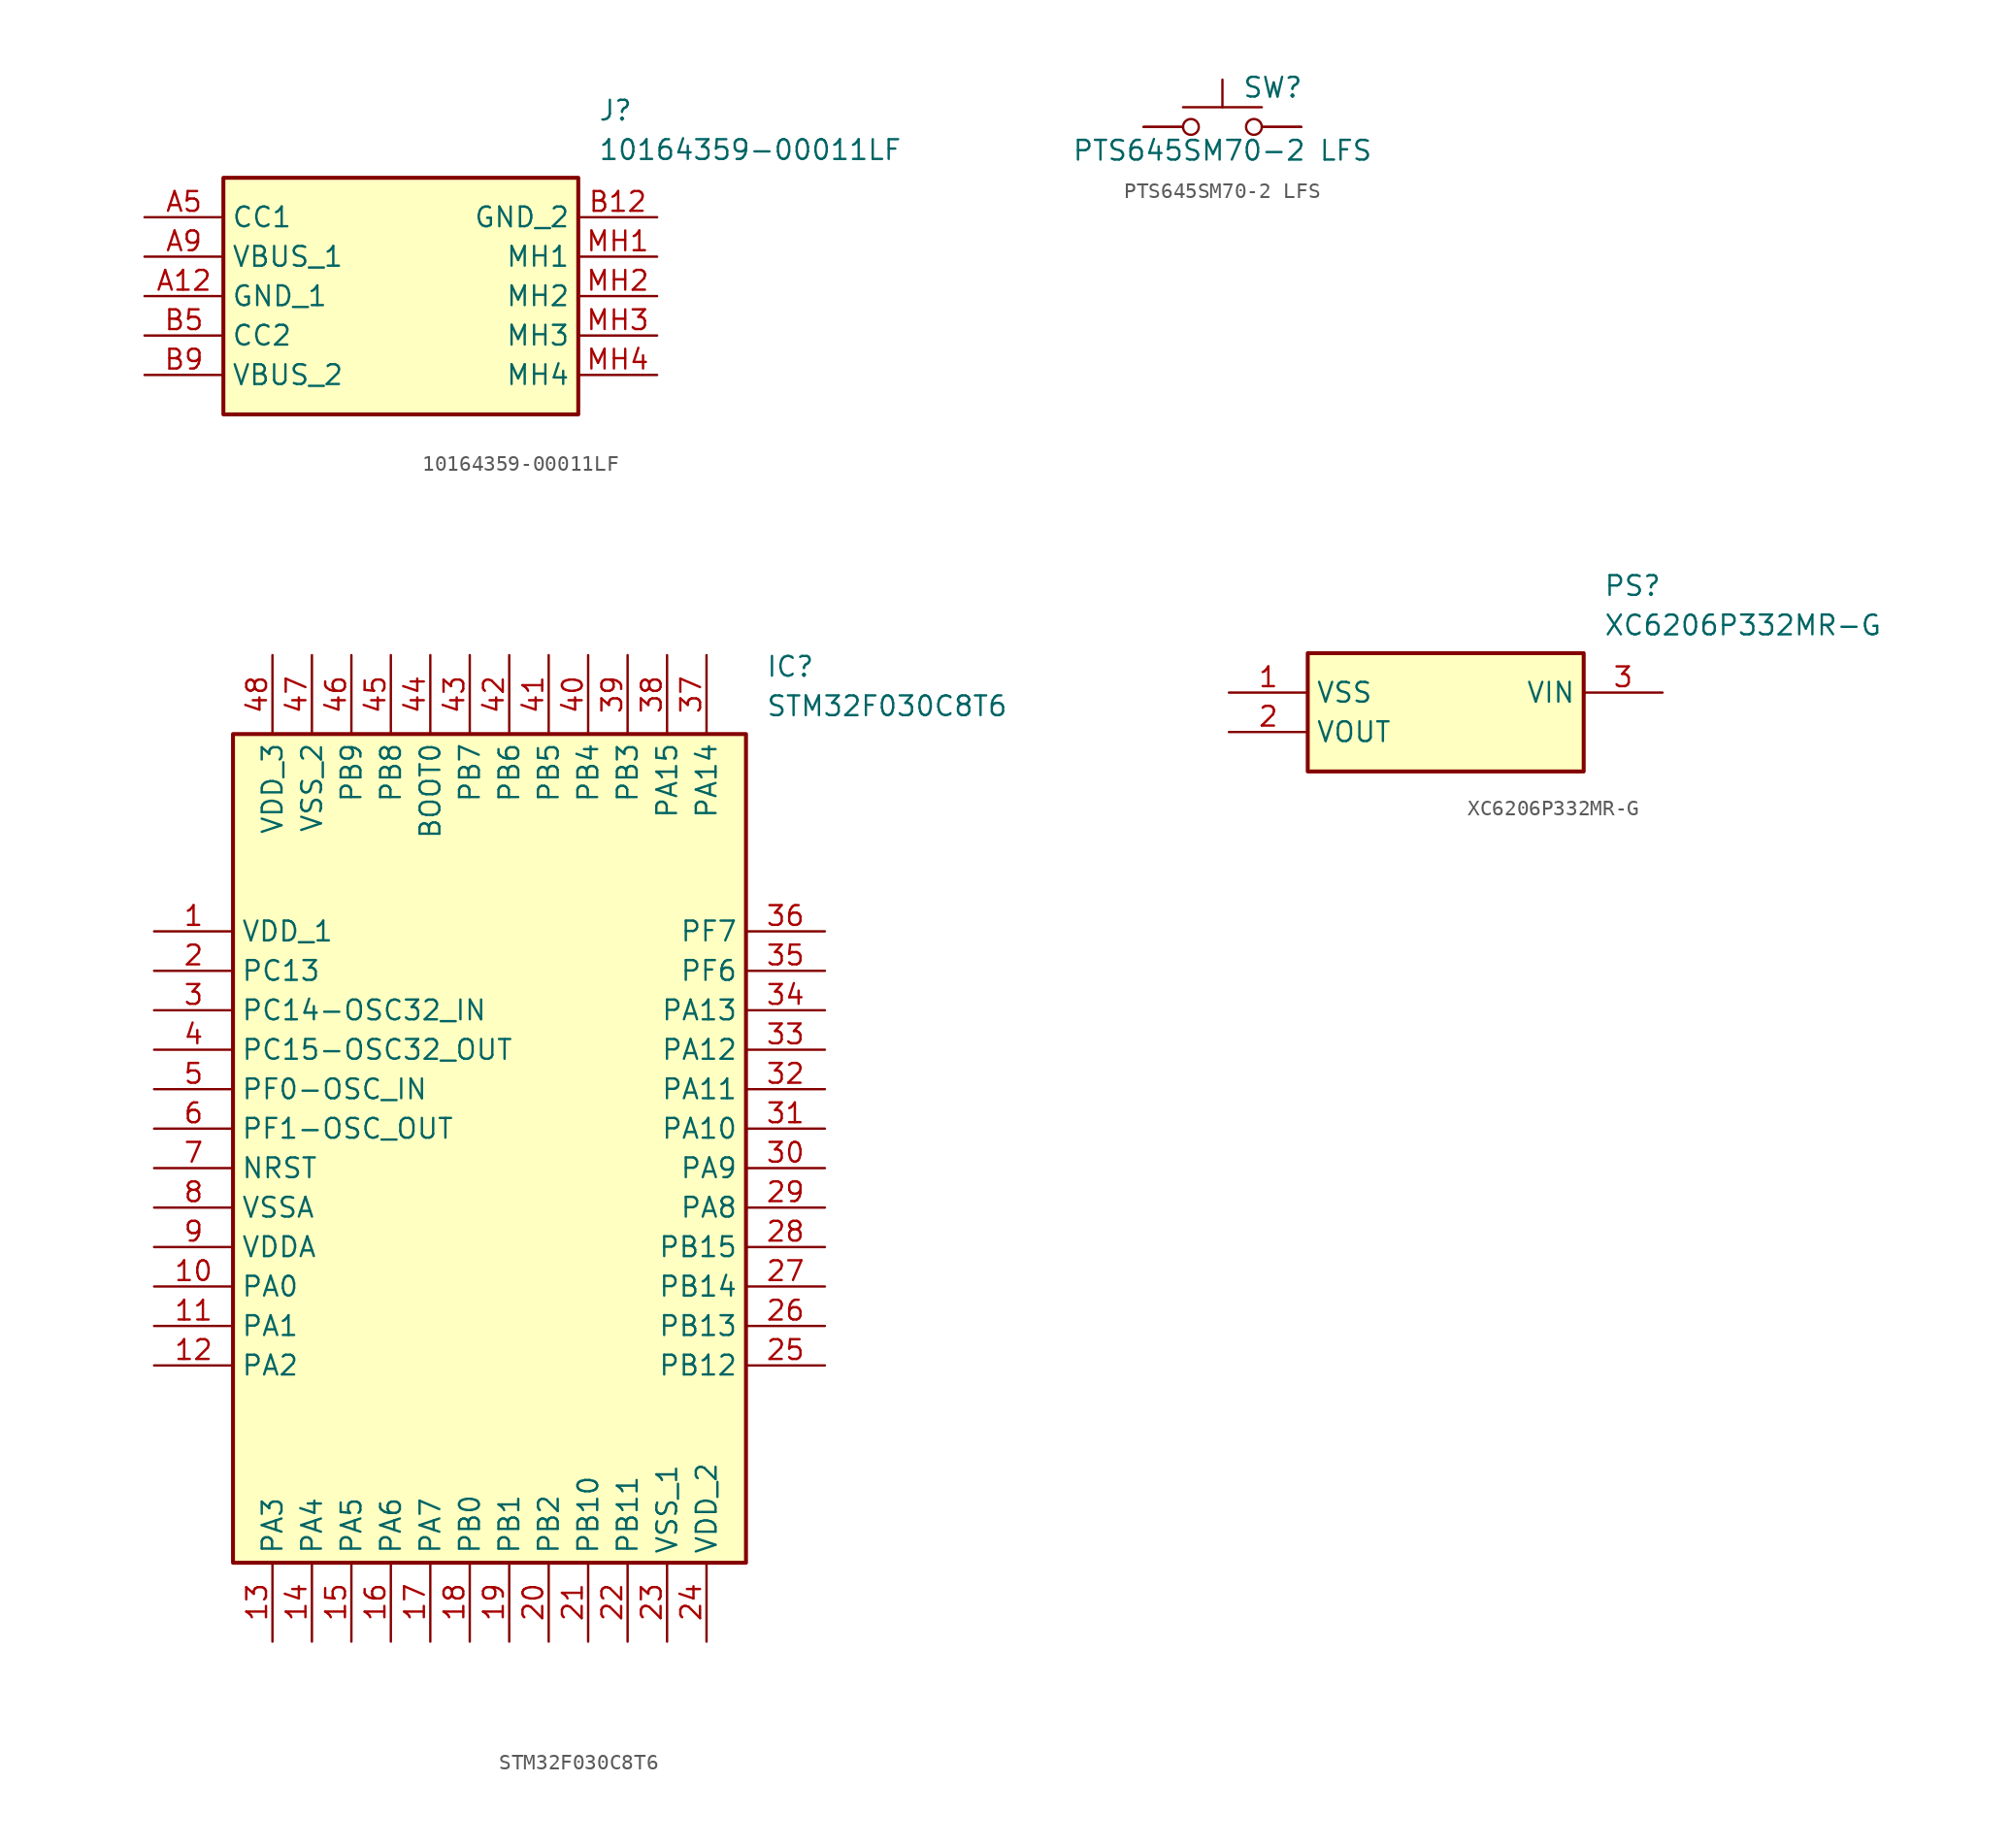
<source format=kicad_sym>
(kicad_symbol_lib
  (version 20220914)
  (generator kicad_symbol_editor)
  (symbol "10164359-00011LF"
    (property "Reference" "J"
      (at 29.21 7.62 0)
      (effects (font (size 1.27 1.27)) (justify left top)))
    (property "Value" "10164359-00011LF"
      (at 29.21 5.08 0)
      (effects (font (size 1.27 1.27)) (justify left top)))
    (symbol "10164359-00011LF_1_1"
      (rectangle (start 5.08 2.54) (end 27.94 -12.7) (stroke (width 0.254) (type default)) (fill (type background)))
      (pin passive line (at 0 -5.08 0) (length 5.08) (name "GND_1" (effects (font (size 1.27 1.27)))) (number "A12" (effects (font (size 1.27 1.27)))))
      (pin passive line (at 0 0 0) (length 5.08) (name "CC1" (effects (font (size 1.27 1.27)))) (number "A5" (effects (font (size 1.27 1.27)))))
      (pin passive line (at 0 -2.54 0) (length 5.08) (name "VBUS_1" (effects (font (size 1.27 1.27)))) (number "A9" (effects (font (size 1.27 1.27)))))
      (pin passive line (at 33.02 0 180) (length 5.08) (name "GND_2" (effects (font (size 1.27 1.27)))) (number "B12" (effects (font (size 1.27 1.27)))))
      (pin passive line (at 0 -7.62 0) (length 5.08) (name "CC2" (effects (font (size 1.27 1.27)))) (number "B5" (effects (font (size 1.27 1.27)))))
      (pin passive line (at 0 -10.16 0) (length 5.08) (name "VBUS_2" (effects (font (size 1.27 1.27)))) (number "B9" (effects (font (size 1.27 1.27)))))
      (pin passive line (at 33.02 -2.54 180) (length 5.08) (name "MH1" (effects (font (size 1.27 1.27)))) (number "MH1" (effects (font (size 1.27 1.27)))))
      (pin passive line (at 33.02 -5.08 180) (length 5.08) (name "MH2" (effects (font (size 1.27 1.27)))) (number "MH2" (effects (font (size 1.27 1.27)))))
      (pin passive line (at 33.02 -7.62 180) (length 5.08) (name "MH3" (effects (font (size 1.27 1.27)))) (number "MH3" (effects (font (size 1.27 1.27)))))
      (pin passive line (at 33.02 -10.16 180) (length 5.08) (name "MH4" (effects (font (size 1.27 1.27)))) (number "MH4" (effects (font (size 1.27 1.27)))))))
  (symbol "PTS645SM70-2 LFS"
    (pin_numbers hide)
    (pin_names
      (offset 1.016) hide)
    (property "Reference" "SW"
      (at 1.27 2.54 0)
      (effects (font (size 1.27 1.27)) (justify left)))
    (property "Value" "PTS645SM70-2 LFS"
      (at 0 -1.524 0)
      (effects (font (size 1.27 1.27))))
    (symbol "PTS645SM70-2 LFS_0_1"
      (circle (center -2.032 0) (radius 0.508) (stroke (width 0) (type default)) (fill (type none)))
      (polyline (pts (xy 0 1.27) (xy 0 3.048)) (stroke (width 0) (type default)) (fill (type none)))
      (polyline (pts (xy 2.54 1.27) (xy -2.54 1.27)) (stroke (width 0) (type default)) (fill (type none)))
      (circle (center 2.032 0) (radius 0.508) (stroke (width 0) (type default)) (fill (type none)))
      (pin passive line (at 5.08 0 180) (length 2.54) (name "2" (effects (font (size 1.27 1.27)))) (number "2" (effects (font (size 1.27 1.27))))))
    (symbol "PTS645SM70-2 LFS_1_1"
      (pin passive line (at -5.08 0 0) (length 2.54) (name "1" (effects (font (size 1.27 1.27)))) (number "1" (effects (font (size 1.27 1.27)))))
      (pin passive line (at -5.08 0 0) (length 2.54) (name "3" (effects (font (size 1.27 1.27)))) (number "3" (effects (font (size 1.27 1.27)))))
      (pin passive line (at 5.08 0 180) (length 2.54) (name "4" (effects (font (size 1.27 1.27)))) (number "4" (effects (font (size 1.27 1.27)))))))
  (symbol "STM32F030C8T6"
    (property "Reference" "IC"
      (at 39.37 17.78 0)
      (effects (font (size 1.27 1.27)) (justify left top)))
    (property "Value" "STM32F030C8T6"
      (at 39.37 15.24 0)
      (effects (font (size 1.27 1.27)) (justify left top)))
    (symbol "STM32F030C8T6_1_1"
      (rectangle (start 5.08 12.7) (end 38.1 -40.64) (stroke (width 0.254) (type default)) (fill (type background)))
      (pin passive line (at 0 0 0) (length 5.08) (name "VDD_1" (effects (font (size 1.27 1.27)))) (number "1" (effects (font (size 1.27 1.27)))))
      (pin passive line (at 0 -22.86 0) (length 5.08) (name "PA0" (effects (font (size 1.27 1.27)))) (number "10" (effects (font (size 1.27 1.27)))))
      (pin passive line (at 0 -25.4 0) (length 5.08) (name "PA1" (effects (font (size 1.27 1.27)))) (number "11" (effects (font (size 1.27 1.27)))))
      (pin passive line (at 0 -27.94 0) (length 5.08) (name "PA2" (effects (font (size 1.27 1.27)))) (number "12" (effects (font (size 1.27 1.27)))))
      (pin passive line (at 7.62 -45.72 90) (length 5.08) (name "PA3" (effects (font (size 1.27 1.27)))) (number "13" (effects (font (size 1.27 1.27)))))
      (pin passive line (at 10.16 -45.72 90) (length 5.08) (name "PA4" (effects (font (size 1.27 1.27)))) (number "14" (effects (font (size 1.27 1.27)))))
      (pin passive line (at 12.7 -45.72 90) (length 5.08) (name "PA5" (effects (font (size 1.27 1.27)))) (number "15" (effects (font (size 1.27 1.27)))))
      (pin passive line (at 15.24 -45.72 90) (length 5.08) (name "PA6" (effects (font (size 1.27 1.27)))) (number "16" (effects (font (size 1.27 1.27)))))
      (pin passive line (at 17.78 -45.72 90) (length 5.08) (name "PA7" (effects (font (size 1.27 1.27)))) (number "17" (effects (font (size 1.27 1.27)))))
      (pin passive line (at 20.32 -45.72 90) (length 5.08) (name "PB0" (effects (font (size 1.27 1.27)))) (number "18" (effects (font (size 1.27 1.27)))))
      (pin passive line (at 22.86 -45.72 90) (length 5.08) (name "PB1" (effects (font (size 1.27 1.27)))) (number "19" (effects (font (size 1.27 1.27)))))
      (pin passive line (at 0 -2.54 0) (length 5.08) (name "PC13" (effects (font (size 1.27 1.27)))) (number "2" (effects (font (size 1.27 1.27)))))
      (pin passive line (at 25.4 -45.72 90) (length 5.08) (name "PB2" (effects (font (size 1.27 1.27)))) (number "20" (effects (font (size 1.27 1.27)))))
      (pin passive line (at 27.94 -45.72 90) (length 5.08) (name "PB10" (effects (font (size 1.27 1.27)))) (number "21" (effects (font (size 1.27 1.27)))))
      (pin passive line (at 30.48 -45.72 90) (length 5.08) (name "PB11" (effects (font (size 1.27 1.27)))) (number "22" (effects (font (size 1.27 1.27)))))
      (pin passive line (at 33.02 -45.72 90) (length 5.08) (name "VSS_1" (effects (font (size 1.27 1.27)))) (number "23" (effects (font (size 1.27 1.27)))))
      (pin passive line (at 35.56 -45.72 90) (length 5.08) (name "VDD_2" (effects (font (size 1.27 1.27)))) (number "24" (effects (font (size 1.27 1.27)))))
      (pin passive line (at 43.18 -27.94 180) (length 5.08) (name "PB12" (effects (font (size 1.27 1.27)))) (number "25" (effects (font (size 1.27 1.27)))))
      (pin passive line (at 43.18 -25.4 180) (length 5.08) (name "PB13" (effects (font (size 1.27 1.27)))) (number "26" (effects (font (size 1.27 1.27)))))
      (pin passive line (at 43.18 -22.86 180) (length 5.08) (name "PB14" (effects (font (size 1.27 1.27)))) (number "27" (effects (font (size 1.27 1.27)))))
      (pin passive line (at 43.18 -20.32 180) (length 5.08) (name "PB15" (effects (font (size 1.27 1.27)))) (number "28" (effects (font (size 1.27 1.27)))))
      (pin passive line (at 43.18 -17.78 180) (length 5.08) (name "PA8" (effects (font (size 1.27 1.27)))) (number "29" (effects (font (size 1.27 1.27)))))
      (pin passive line (at 0 -5.08 0) (length 5.08) (name "PC14-OSC32_IN" (effects (font (size 1.27 1.27)))) (number "3" (effects (font (size 1.27 1.27)))))
      (pin passive line (at 43.18 -15.24 180) (length 5.08) (name "PA9" (effects (font (size 1.27 1.27)))) (number "30" (effects (font (size 1.27 1.27)))))
      (pin passive line (at 43.18 -12.7 180) (length 5.08) (name "PA10" (effects (font (size 1.27 1.27)))) (number "31" (effects (font (size 1.27 1.27)))))
      (pin passive line (at 43.18 -10.16 180) (length 5.08) (name "PA11" (effects (font (size 1.27 1.27)))) (number "32" (effects (font (size 1.27 1.27)))))
      (pin passive line (at 43.18 -7.62 180) (length 5.08) (name "PA12" (effects (font (size 1.27 1.27)))) (number "33" (effects (font (size 1.27 1.27)))))
      (pin passive line (at 43.18 -5.08 180) (length 5.08) (name "PA13" (effects (font (size 1.27 1.27)))) (number "34" (effects (font (size 1.27 1.27)))))
      (pin passive line (at 43.18 -2.54 180) (length 5.08) (name "PF6" (effects (font (size 1.27 1.27)))) (number "35" (effects (font (size 1.27 1.27)))))
      (pin passive line (at 43.18 0 180) (length 5.08) (name "PF7" (effects (font (size 1.27 1.27)))) (number "36" (effects (font (size 1.27 1.27)))))
      (pin passive line (at 35.56 17.78 270) (length 5.08) (name "PA14" (effects (font (size 1.27 1.27)))) (number "37" (effects (font (size 1.27 1.27)))))
      (pin passive line (at 33.02 17.78 270) (length 5.08) (name "PA15" (effects (font (size 1.27 1.27)))) (number "38" (effects (font (size 1.27 1.27)))))
      (pin passive line (at 30.48 17.78 270) (length 5.08) (name "PB3" (effects (font (size 1.27 1.27)))) (number "39" (effects (font (size 1.27 1.27)))))
      (pin passive line (at 0 -7.62 0) (length 5.08) (name "PC15-OSC32_OUT" (effects (font (size 1.27 1.27)))) (number "4" (effects (font (size 1.27 1.27)))))
      (pin passive line (at 27.94 17.78 270) (length 5.08) (name "PB4" (effects (font (size 1.27 1.27)))) (number "40" (effects (font (size 1.27 1.27)))))
      (pin passive line (at 25.4 17.78 270) (length 5.08) (name "PB5" (effects (font (size 1.27 1.27)))) (number "41" (effects (font (size 1.27 1.27)))))
      (pin passive line (at 22.86 17.78 270) (length 5.08) (name "PB6" (effects (font (size 1.27 1.27)))) (number "42" (effects (font (size 1.27 1.27)))))
      (pin passive line (at 20.32 17.78 270) (length 5.08) (name "PB7" (effects (font (size 1.27 1.27)))) (number "43" (effects (font (size 1.27 1.27)))))
      (pin passive line (at 17.78 17.78 270) (length 5.08) (name "BOOT0" (effects (font (size 1.27 1.27)))) (number "44" (effects (font (size 1.27 1.27)))))
      (pin passive line (at 15.24 17.78 270) (length 5.08) (name "PB8" (effects (font (size 1.27 1.27)))) (number "45" (effects (font (size 1.27 1.27)))))
      (pin passive line (at 12.7 17.78 270) (length 5.08) (name "PB9" (effects (font (size 1.27 1.27)))) (number "46" (effects (font (size 1.27 1.27)))))
      (pin passive line (at 10.16 17.78 270) (length 5.08) (name "VSS_2" (effects (font (size 1.27 1.27)))) (number "47" (effects (font (size 1.27 1.27)))))
      (pin passive line (at 7.62 17.78 270) (length 5.08) (name "VDD_3" (effects (font (size 1.27 1.27)))) (number "48" (effects (font (size 1.27 1.27)))))
      (pin passive line (at 0 -10.16 0) (length 5.08) (name "PF0-OSC_IN" (effects (font (size 1.27 1.27)))) (number "5" (effects (font (size 1.27 1.27)))))
      (pin passive line (at 0 -12.7 0) (length 5.08) (name "PF1-OSC_OUT" (effects (font (size 1.27 1.27)))) (number "6" (effects (font (size 1.27 1.27)))))
      (pin passive line (at 0 -15.24 0) (length 5.08) (name "NRST" (effects (font (size 1.27 1.27)))) (number "7" (effects (font (size 1.27 1.27)))))
      (pin passive line (at 0 -17.78 0) (length 5.08) (name "VSSA" (effects (font (size 1.27 1.27)))) (number "8" (effects (font (size 1.27 1.27)))))
      (pin passive line (at 0 -20.32 0) (length 5.08) (name "VDDA" (effects (font (size 1.27 1.27)))) (number "9" (effects (font (size 1.27 1.27)))))))
  (symbol "XC6206P332MR-G"
    (property "Reference" "PS"
      (at 24.13 7.62 0)
      (effects (font (size 1.27 1.27)) (justify left top)))
    (property "Value" "XC6206P332MR-G"
      (at 24.13 5.08 0)
      (effects (font (size 1.27 1.27)) (justify left top)))
    (symbol "XC6206P332MR-G_1_1"
      (rectangle (start 5.08 2.54) (end 22.86 -5.08) (stroke (width 0.254) (type default)) (fill (type background)))
      (pin power_in line (at 0 0 0) (length 5.08) (name "VSS" (effects (font (size 1.27 1.27)))) (number "1" (effects (font (size 1.27 1.27)))))
      (pin power_in line (at 0 -2.54 0) (length 5.08) (name "VOUT" (effects (font (size 1.27 1.27)))) (number "2" (effects (font (size 1.27 1.27)))))
      (pin power_in line (at 27.94 0 180) (length 5.08) (name "VIN" (effects (font (size 1.27 1.27)))) (number "3" (effects (font (size 1.27 1.27))))))))
</source>
